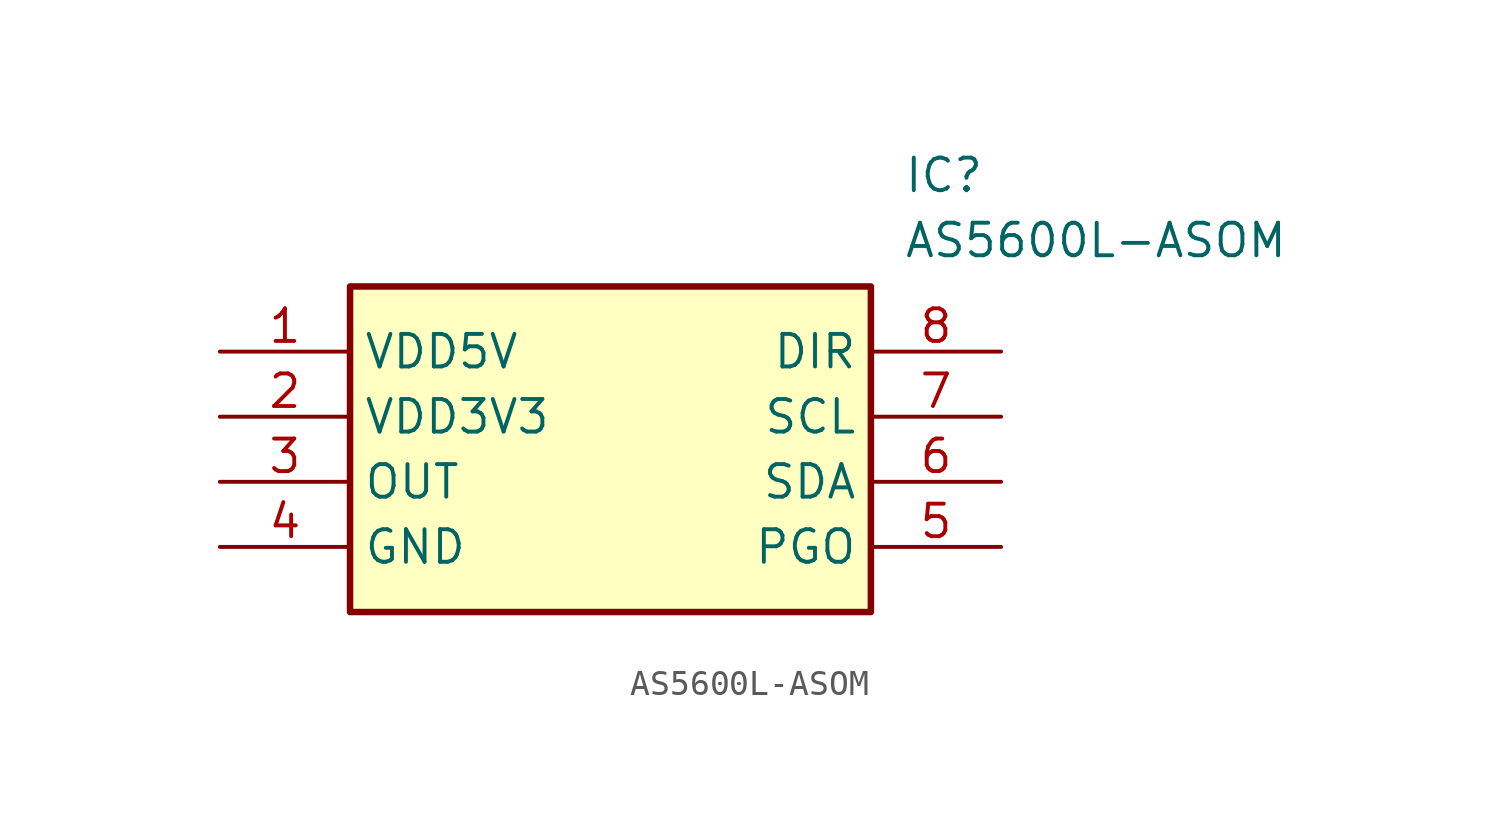
<source format=kicad_sym>
(kicad_symbol_lib
  (version 20211014)
  (generator SamacSys_ECAD_Model)
  (symbol "AS5600L-ASOM"
    (property "Reference" "IC"
      (at 26.67 7.62 0)
      (effects (font (size 1.27 1.27)) (justify left top)))
    (property "Value" "AS5600L-ASOM"
      (at 26.67 5.08 0)
      (effects (font (size 1.27 1.27)) (justify left top)))
    (rectangle
      (start 5.08 2.54)
      (end 25.4 -10.16)
      (stroke (width 0.254) (type default))
      (fill (type background)))
    (pin passive line
      (at 0 0 0)
      (length 5.08)
      (name "VDD5V" (effects (font (size 1.27 1.27))))
      (number "1" (effects (font (size 1.27 1.27)))))
    (pin passive line
      (at 0 -2.54 0)
      (length 5.08)
      (name "VDD3V3" (effects (font (size 1.27 1.27))))
      (number "2" (effects (font (size 1.27 1.27)))))
    (pin passive line
      (at 0 -5.08 0)
      (length 5.08)
      (name "OUT" (effects (font (size 1.27 1.27))))
      (number "3" (effects (font (size 1.27 1.27)))))
    (pin passive line
      (at 0 -7.62 0)
      (length 5.08)
      (name "GND" (effects (font (size 1.27 1.27))))
      (number "4" (effects (font (size 1.27 1.27)))))
    (pin passive line
      (at 30.48 0 180)
      (length 5.08)
      (name "DIR" (effects (font (size 1.27 1.27))))
      (number "8" (effects (font (size 1.27 1.27)))))
    (pin passive line
      (at 30.48 -2.54 180)
      (length 5.08)
      (name "SCL" (effects (font (size 1.27 1.27))))
      (number "7" (effects (font (size 1.27 1.27)))))
    (pin passive line
      (at 30.48 -5.08 180)
      (length 5.08)
      (name "SDA" (effects (font (size 1.27 1.27))))
      (number "6" (effects (font (size 1.27 1.27)))))
    (pin passive line
      (at 30.48 -7.62 180)
      (length 5.08)
      (name "PGO" (effects (font (size 1.27 1.27))))
      (number "5" (effects (font (size 1.27 1.27)))))))
</source>
